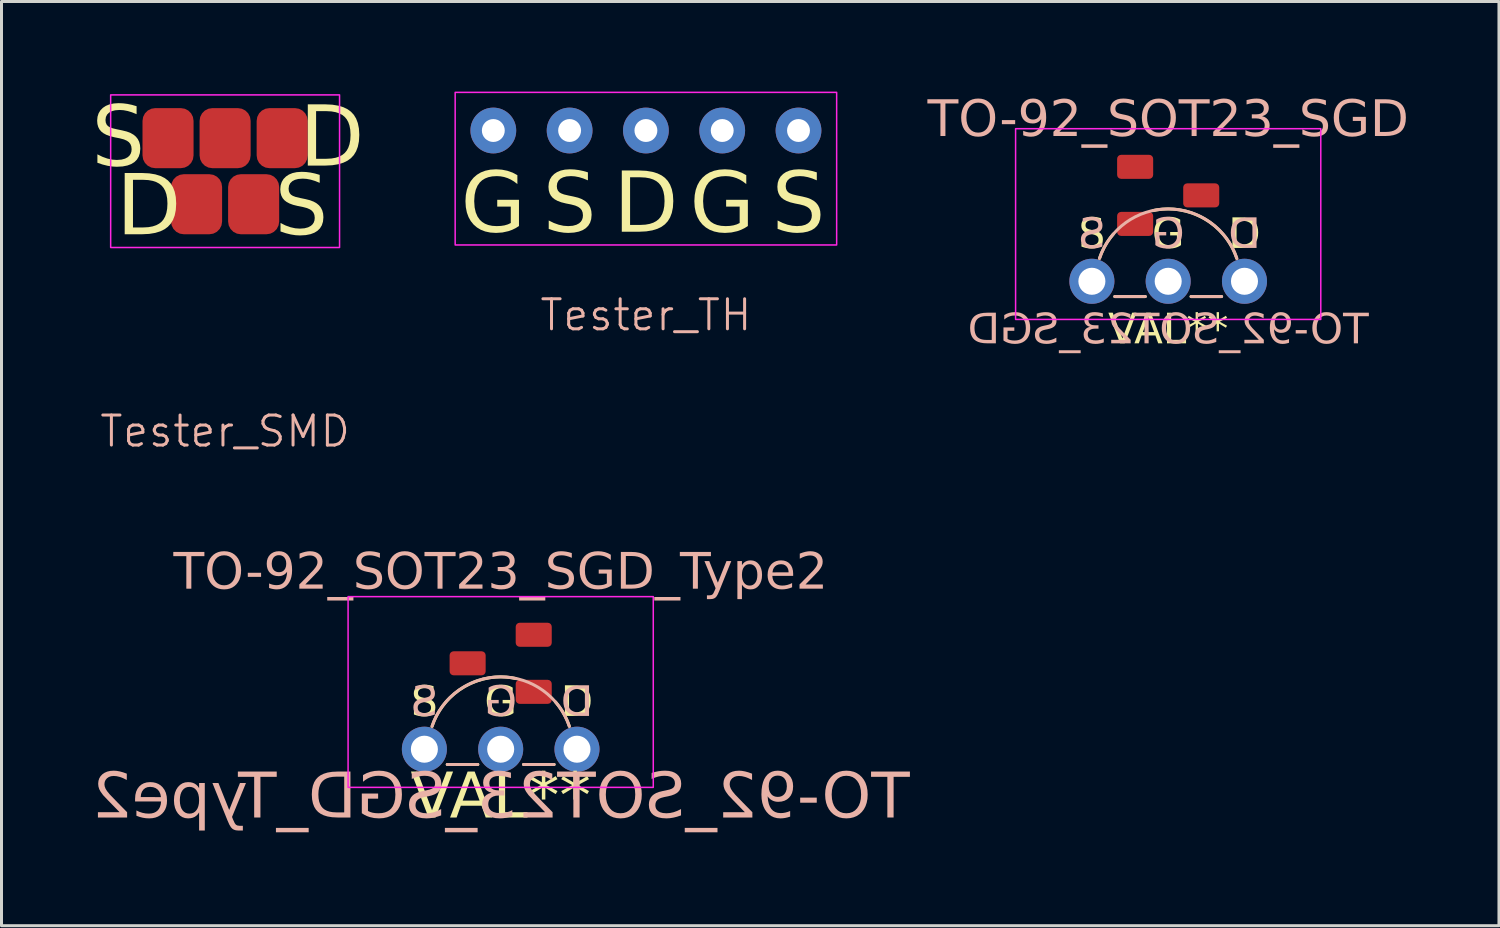
<source format=kicad_pcb>
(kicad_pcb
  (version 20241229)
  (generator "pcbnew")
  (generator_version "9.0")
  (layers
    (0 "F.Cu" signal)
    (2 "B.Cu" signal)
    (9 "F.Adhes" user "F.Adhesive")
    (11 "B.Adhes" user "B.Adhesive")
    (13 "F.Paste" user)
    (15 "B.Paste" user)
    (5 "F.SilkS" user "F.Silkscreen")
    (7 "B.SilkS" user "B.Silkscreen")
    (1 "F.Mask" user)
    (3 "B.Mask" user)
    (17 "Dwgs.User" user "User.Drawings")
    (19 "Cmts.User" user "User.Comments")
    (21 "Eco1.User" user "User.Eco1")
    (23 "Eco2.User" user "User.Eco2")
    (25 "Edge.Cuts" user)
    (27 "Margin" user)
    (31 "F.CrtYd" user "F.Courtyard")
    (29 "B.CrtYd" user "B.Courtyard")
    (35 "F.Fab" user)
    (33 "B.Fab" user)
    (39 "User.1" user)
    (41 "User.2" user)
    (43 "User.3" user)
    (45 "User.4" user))
  (footprint "Tester_TH"
    (layer "F.Cu")
    (at 18.453 1.295)
    (property "Reference" "Tester_TH" (at 0 6.144 0) (unlocked yes) (layer "B.SilkS") (effects (font (size 1 1) (thickness 0.1))))
    (attr through_hole)
    (fp_rect (start -6.35 -1.27) (end 6.35 3.81) (stroke (width 0.05) (type default)) (fill no) (layer "F.CrtYd"))
    (fp_text user "D" (at 0 2.54 0) (unlocked yes) (layer "F.SilkS") (effects (font (face "Milk Run") (size 2 2) (thickness 0.1))))
    (fp_text user "S" (at 5.08 2.54 0) (unlocked yes) (layer "F.SilkS") (effects (font (face "Milk Run") (size 2 2) (thickness 0.1))))
    (fp_text user "G" (at -5.08 2.54 0) (unlocked yes) (layer "F.SilkS") (effects (font (face "Milk Run") (size 2 2) (thickness 0.1))))
    (fp_text user "G" (at 2.54 2.54 0) (unlocked yes) (layer "F.SilkS") (effects (font (face "Milk Run") (size 2 2) (thickness 0.1))))
    (fp_text user "S" (at -2.54 2.54 0) (unlocked yes) (layer "F.SilkS") (effects (font (face "Milk Run") (size 2 2) (thickness 0.1))))
    (pad "1" thru_hole circle (at 0 0) (size 1.524 1.524) (drill 0.762) (layers "*.Cu" "*.Mask"))
    (pad "2" thru_hole circle (at -2.54 0) (size 1.524 1.524) (drill 0.762) (layers "*.Cu" "*.Mask"))
    (pad "2" thru_hole circle (at 5.08 0) (size 1.524 1.524) (drill 0.762) (layers "*.Cu" "*.Mask"))
    (pad "3" thru_hole circle (at -5.08 0) (size 1.524 1.524) (drill 0.762) (layers "*.Cu" "*.Mask"))
    (pad "3" thru_hole circle (at 2.54 0) (size 1.524 1.524) (drill 0.762) (layers "*.Cu" "*.Mask")))
  (footprint "TO-92_SOT23_SGD_Type2"
    (layer "F.Cu")
    (at 13.618 21.892)
    (property "Reference" "TO-92_SOT23_SGD_Type2" (at 0 -5.842 0) (unlocked yes) (layer "B.SilkS") (effects (font (face "Milk Run") (size 1.2 1.2) (thickness 0.1))))
    (property "Value" "VAL**" (at 0 3.302 0) (unlocked yes) (layer "F.SilkS") (hide yes) (effects (font (face "Milk Run") (size 1.2 1.2) (thickness 0.1))))
    (attr through_hole)
    (fp_line (start -1.778 0.508) (end -0.762 0.508) (stroke (width 0.1) (type default)) (layer "F.SilkS"))
    (fp_line (start 0.762 0.508) (end 1.778 0.508) (stroke (width 0.1) (type default)) (layer "F.SilkS"))
    (fp_arc (start -2.283009 -0.761004) (mid -1.191931 -2.090588) (end 0.508 -2.352274) (stroke (width 0.1) (type default)) (layer "F.SilkS"))
    (fp_arc (start 1.829546 -1.568183) (mid 2.096881 -1.187234) (end 2.285999 -0.762) (stroke (width 0.1) (type default)) (layer "F.SilkS"))
    (fp_line (start -1.778 0.508) (end -0.762 0.508) (stroke (width 0.1) (type default)) (layer "B.SilkS"))
    (fp_line (start 0.762 0.508) (end 1.778 0.508) (stroke (width 0.1) (type default)) (layer "B.SilkS"))
    (fp_arc (start -2.285998 -0.762) (mid 0 -2.409654) (end 2.285998 -0.762) (stroke (width 0.1) (type default)) (layer "B.SilkS"))
    (fp_rect (start -5.08 -5.08) (end 5.08 1.27) (stroke (width 0.05) (type default)) (fill no) (layer "F.CrtYd"))
    (fp_text user "G" (at 0 -1.524 0) (unlocked yes) (layer "F.SilkS") (effects (font (face "Milk Run") (size 1 1) (thickness 0.125))))
    (fp_text user "D" (at 2.54 -1.524 0) (unlocked yes) (layer "F.SilkS") (effects (font (face "Milk Run") (size 1 1) (thickness 0.125))))
    (fp_text user "${VALUE}" (at 0 1.651 0) (layer "F.SilkS") (effects (font (face "Milk Run") (size 1.5 1.5) (thickness 0.1))))
    (fp_text user "S" (at -2.54 -1.524 0) (unlocked yes) (layer "F.SilkS") (effects (font (face "Milk Run") (size 1 1) (thickness 0.125))))
    (fp_text user "${REFERENCE}" (at 0 1.651 0) (layer "B.SilkS") (effects (font (face "Milk Run") (size 1.5 1.5) (thickness 0.1)) (justify mirror)))
    (fp_text user "S" (at -2.54 -1.524 0) (unlocked yes) (layer "B.SilkS") (effects (font (face "Milk Run") (size 1 1) (thickness 0.125)) (justify mirror)))
    (fp_text user "G" (at 0 -1.524 0) (unlocked yes) (layer "B.SilkS") (effects (font (face "Milk Run") (size 1 1) (thickness 0.125)) (justify mirror)))
    (fp_text user "D" (at 2.54 -1.524 0) (unlocked yes) (layer "B.SilkS") (effects (font (face "Milk Run") (size 1 1) (thickness 0.125)) (justify mirror)))
    (pad "1" thru_hole circle (at -2.54 0) (size 1.5 1.5) (drill 0.9) (layers "*.Cu" "*.Mask"))
    (pad "1" smd roundrect (at -1.1 -2.86) (size 1.2 0.8) (layers "F.Cu" "F.Mask" "F.Paste") (roundrect_rratio 0.167))
    (pad "2" thru_hole circle (at 0 0) (size 1.5 1.5) (drill 0.9) (layers "*.Cu" "*.Mask"))
    (pad "2" smd roundrect (at 1.1 -1.91) (size 1.2 0.8) (layers "F.Cu" "F.Mask" "F.Paste") (roundrect_rratio 0.167))
    (pad "3" smd roundrect (at 1.1 -3.81) (size 1.2 0.8) (layers "F.Cu" "F.Mask" "F.Paste") (roundrect_rratio 0.167))
    (pad "3" thru_hole circle (at 2.54 0) (size 1.5 1.5) (drill 0.9) (layers "*.Cu" "*.Mask")))
  (footprint "Tester_SMD"
    (layer "F.Cu")
    (at 4.444 2.649)
    (property "Reference" "Tester_SMD" (at 0 8.66 0) (unlocked yes) (layer "B.SilkS") (effects (font (size 1 1) (thickness 0.1))))
    (attr smd)
    (fp_rect (start -3.81 -2.54) (end 3.81 2.54) (stroke (width 0.05) (type default)) (fill no) (layer "F.CrtYd"))
    (fp_text user "D" (at 3.556 -1.016 0) (unlocked yes) (layer "F.SilkS") (effects (font (face "Milk Run") (size 2 2) (thickness 0.1))))
    (fp_text user "S" (at 2.54 1.27 0) (unlocked yes) (layer "F.SilkS") (effects (font (face "Milk Run") (size 2 2) (thickness 0.1))))
    (fp_text user "D" (at -2.54 1.27 0) (unlocked yes) (layer "F.SilkS") (effects (font (face "Milk Run") (size 2 2) (thickness 0.1))))
    (fp_text user "S" (at -3.556 -1.016 0) (unlocked yes) (layer "F.SilkS") (effects (font (face "Milk Run") (size 2 2) (thickness 0.1))))
    (pad "1" smd roundrect (at -0.95 1.1 90) (size 2 1.7) (layers "F.Cu" "F.Mask" "F.Paste") (roundrect_rratio 0.25))
    (pad "1" smd roundrect (at 1.9 -1.1 90) (size 2 1.7) (layers "F.Cu" "F.Mask" "F.Paste") (roundrect_rratio 0.25))
    (pad "2" smd roundrect (at -1.9 -1.1 90) (size 2 1.7) (layers "F.Cu" "F.Mask" "F.Paste") (roundrect_rratio 0.25))
    (pad "2" smd roundrect (at 0.95 1.1 90) (size 2 1.7) (layers "F.Cu" "F.Mask" "F.Paste") (roundrect_rratio 0.25))
    (pad "3" smd roundrect (at 0 -1.1 90) (size 2 1.7) (layers "F.Cu" "F.Mask" "F.Paste") (roundrect_rratio 0.25)))
  (footprint "TO-92_SOT23_SGD"
    (layer "F.Cu")
    (at 35.84 6.314)
    (property "Reference" "TO-92_SOT23_SGD" (at 0 -5.334 0) (unlocked yes) (layer "B.SilkS") (effects (font (face "Milk Run") (size 1.2 1.2) (thickness 0.1))))
    (property "Value" "VAL**" (at 0 3.302 0) (unlocked yes) (layer "F.SilkS") (hide yes) (effects (font (face "Milk Run") (size 1.2 1.2) (thickness 0.1))))
    (attr through_hole)
    (fp_line (start -1.778 0.508) (end -0.762 0.508) (stroke (width 0.1) (type default)) (layer "F.SilkS"))
    (fp_line (start 0.762 0.508) (end 1.778 0.508) (stroke (width 0.1) (type default)) (layer "F.SilkS"))
    (fp_arc (start -2.285999 -0.762) (mid -2.096881 -1.187234) (end -1.829546 -1.568183) (stroke (width 0.1) (type default)) (layer "F.SilkS"))
    (fp_arc (start -0.508 -2.352273) (mid 1.19193 -2.090586) (end 2.283008 -0.761003) (stroke (width 0.1) (type default)) (layer "F.SilkS"))
    (fp_line (start -1.778 0.508) (end -0.762 0.508) (stroke (width 0.1) (type default)) (layer "B.SilkS"))
    (fp_line (start 0.762 0.508) (end 1.778 0.508) (stroke (width 0.1) (type default)) (layer "B.SilkS"))
    (fp_arc (start -2.285998 -0.762) (mid 0 -2.409654) (end 2.285998 -0.762) (stroke (width 0.1) (type default)) (layer "B.SilkS"))
    (fp_rect (start -5.08 -5.08) (end 5.08 1.27) (stroke (width 0.05) (type default)) (fill no) (layer "F.CrtYd"))
    (fp_text user "${VALUE}" (at 0 1.651 0) (layer "F.SilkS") (effects (font (face "Milk Run") (size 1 1) (thickness 0.1))))
    (fp_text user "S" (at -2.54 -1.524 0) (unlocked yes) (layer "F.SilkS") (effects (font (face "Milk Run") (size 1 1) (thickness 0.125))))
    (fp_text user "G" (at 0 -1.524 0) (unlocked yes) (layer "F.SilkS") (effects (font (face "Milk Run") (size 1 1) (thickness 0.125))))
    (fp_text user "D" (at 2.54 -1.524 0) (unlocked yes) (layer "F.SilkS") (effects (font (face "Milk Run") (size 1 1) (thickness 0.125))))
    (fp_text user "${REFERENCE}" (at 0 1.651 0) (layer "B.SilkS") (effects (font (face "Milk Run") (size 1 1) (thickness 0.1)) (justify mirror)))
    (fp_text user "G" (at 0 -1.524 0) (unlocked yes) (layer "B.SilkS") (effects (font (face "Milk Run") (size 1 1) (thickness 0.125)) (justify mirror)))
    (fp_text user "D" (at 2.54 -1.524 0) (unlocked yes) (layer "B.SilkS") (effects (font (face "Milk Run") (size 1 1) (thickness 0.125)) (justify mirror)))
    (fp_text user "S" (at -2.54 -1.524 0) (unlocked yes) (layer "B.SilkS") (effects (font (face "Milk Run") (size 1 1) (thickness 0.125)) (justify mirror)))
    (pad "1" thru_hole circle (at -2.54 0) (size 1.5 1.5) (drill 0.9) (layers "*.Cu" "*.Mask"))
    (pad "1" smd roundrect (at -1.1 -1.91) (size 1.2 0.8) (layers "F.Cu" "F.Mask" "F.Paste") (roundrect_rratio 0.167))
    (pad "2" smd roundrect (at -1.1 -3.81) (size 1.2 0.8) (layers "F.Cu" "F.Mask" "F.Paste") (roundrect_rratio 0.167))
    (pad "2" thru_hole circle (at 0 0) (size 1.5 1.5) (drill 0.9) (layers "*.Cu" "*.Mask"))
    (pad "3" smd roundrect (at 1.1 -2.86) (size 1.2 0.8) (layers "F.Cu" "F.Mask" "F.Paste") (roundrect_rratio 0.167))
    (pad "3" thru_hole circle (at 2.54 0) (size 1.5 1.5) (drill 0.9) (layers "*.Cu" "*.Mask")))
  (gr_rect
    (start -3 -3)
    (end 46.852 27.768)
    (stroke (width 0.1) (type default))
    (fill no)
    (layer "Edge.Cuts")))
</source>
